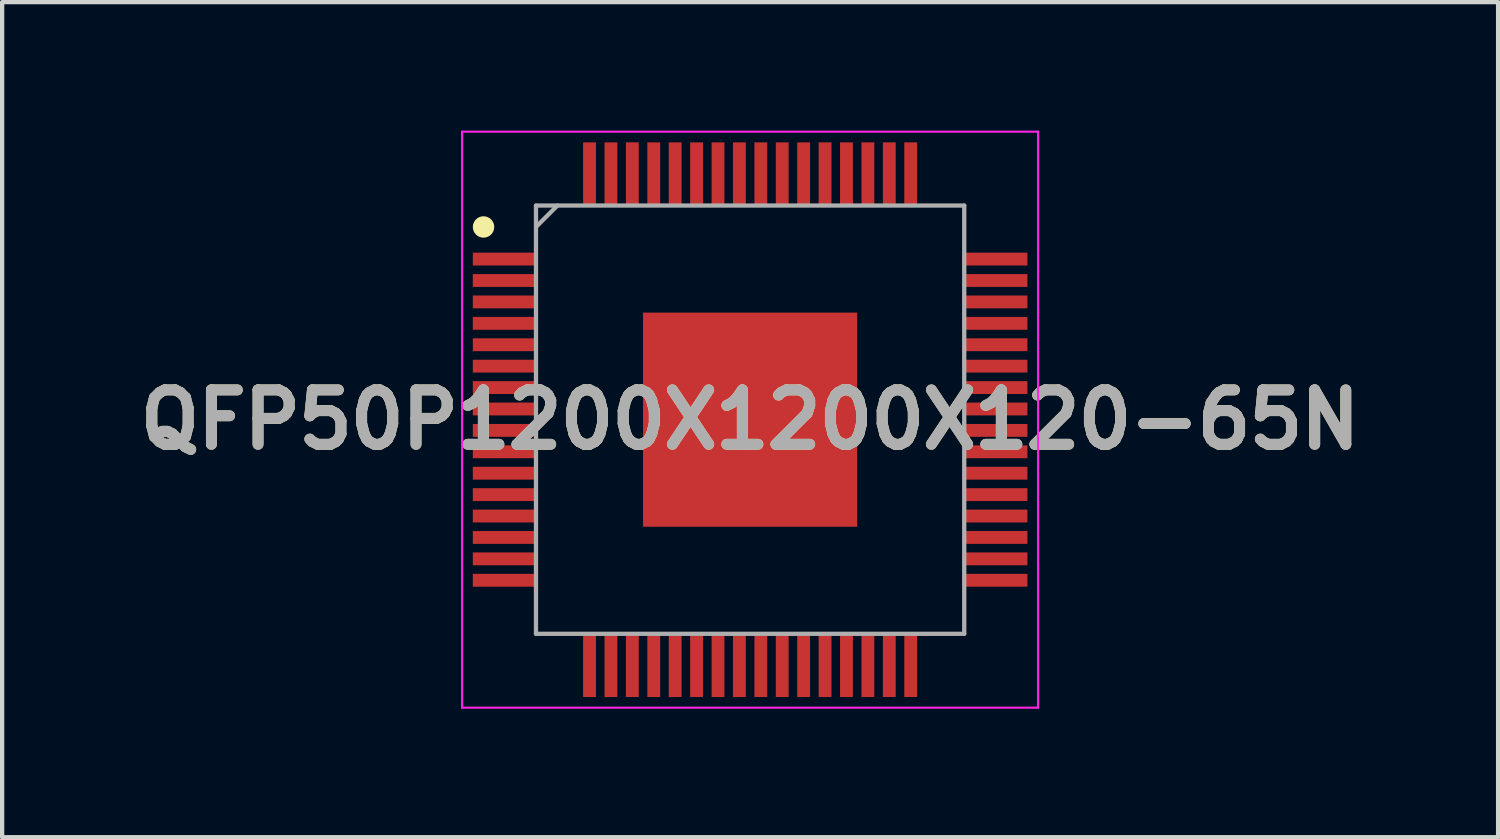
<source format=kicad_pcb>
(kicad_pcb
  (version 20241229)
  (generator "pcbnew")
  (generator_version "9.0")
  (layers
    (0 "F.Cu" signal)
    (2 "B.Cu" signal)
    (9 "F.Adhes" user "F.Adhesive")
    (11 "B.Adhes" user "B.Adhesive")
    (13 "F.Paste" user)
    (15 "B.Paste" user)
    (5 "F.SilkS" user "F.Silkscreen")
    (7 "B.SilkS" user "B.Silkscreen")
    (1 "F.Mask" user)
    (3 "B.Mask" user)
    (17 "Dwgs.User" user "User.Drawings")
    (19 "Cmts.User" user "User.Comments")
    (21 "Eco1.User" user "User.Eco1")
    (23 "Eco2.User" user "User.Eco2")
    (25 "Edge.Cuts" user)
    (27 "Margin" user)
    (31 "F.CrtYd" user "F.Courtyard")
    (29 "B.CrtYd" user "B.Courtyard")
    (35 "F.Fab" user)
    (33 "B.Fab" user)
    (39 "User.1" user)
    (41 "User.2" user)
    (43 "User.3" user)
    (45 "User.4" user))
  (footprint "QFP50P1200X1200X120-65N"
    (layer "F.Cu")
    (at 14.466 6.75)
    (property "Reference" "QFP50P1200X1200X120-65N" (at 0 0 0) (layer "F.SilkS") (effects (font (size 1.27 1.27) (thickness 0.254))))
    (attr smd)
    (fp_circle (center -6.225 -4.5) (end -6.225 -4.375) (stroke (width 0.25) (type solid)) (fill no) (layer "F.SilkS"))
    (fp_line (start -6.725 -6.725) (end 6.725 -6.725) (stroke (width 0.05) (type solid)) (layer "F.CrtYd"))
    (fp_line (start -6.725 6.725) (end -6.725 -6.725) (stroke (width 0.05) (type solid)) (layer "F.CrtYd"))
    (fp_line (start 6.725 -6.725) (end 6.725 6.725) (stroke (width 0.05) (type solid)) (layer "F.CrtYd"))
    (fp_line (start 6.725 6.725) (end -6.725 6.725) (stroke (width 0.05) (type solid)) (layer "F.CrtYd"))
    (fp_line (start -5 -5) (end 5 -5) (stroke (width 0.1) (type solid)) (layer "F.Fab"))
    (fp_line (start -5 -4.5) (end -4.5 -5) (stroke (width 0.1) (type solid)) (layer "F.Fab"))
    (fp_line (start -5 5) (end -5 -5) (stroke (width 0.1) (type solid)) (layer "F.Fab"))
    (fp_line (start 5 -5) (end 5 5) (stroke (width 0.1) (type solid)) (layer "F.Fab"))
    (fp_line (start 5 5) (end -5 5) (stroke (width 0.1) (type solid)) (layer "F.Fab"))
    (fp_text user "${REFERENCE}" (at 0 0 0) (layer "F.Fab") (effects (font (size 1.27 1.27) (thickness 0.254))))
    (pad "1" smd rect (at -5.738 -3.75 90) (size 0.3 1.475) (layers "F.Cu" "F.Mask" "F.Paste"))
    (pad "2" smd rect (at -5.738 -3.25 90) (size 0.3 1.475) (layers "F.Cu" "F.Mask" "F.Paste"))
    (pad "3" smd rect (at -5.738 -2.75 90) (size 0.3 1.475) (layers "F.Cu" "F.Mask" "F.Paste"))
    (pad "4" smd rect (at -5.738 -2.25 90) (size 0.3 1.475) (layers "F.Cu" "F.Mask" "F.Paste"))
    (pad "5" smd rect (at -5.738 -1.75 90) (size 0.3 1.475) (layers "F.Cu" "F.Mask" "F.Paste"))
    (pad "6" smd rect (at -5.738 -1.25 90) (size 0.3 1.475) (layers "F.Cu" "F.Mask" "F.Paste"))
    (pad "7" smd rect (at -5.738 -0.75 90) (size 0.3 1.475) (layers "F.Cu" "F.Mask" "F.Paste"))
    (pad "8" smd rect (at -5.738 -0.25 90) (size 0.3 1.475) (layers "F.Cu" "F.Mask" "F.Paste"))
    (pad "9" smd rect (at -5.738 0.25 90) (size 0.3 1.475) (layers "F.Cu" "F.Mask" "F.Paste"))
    (pad "10" smd rect (at -5.738 0.75 90) (size 0.3 1.475) (layers "F.Cu" "F.Mask" "F.Paste"))
    (pad "11" smd rect (at -5.738 1.25 90) (size 0.3 1.475) (layers "F.Cu" "F.Mask" "F.Paste"))
    (pad "12" smd rect (at -5.738 1.75 90) (size 0.3 1.475) (layers "F.Cu" "F.Mask" "F.Paste"))
    (pad "13" smd rect (at -5.738 2.25 90) (size 0.3 1.475) (layers "F.Cu" "F.Mask" "F.Paste"))
    (pad "14" smd rect (at -5.738 2.75 90) (size 0.3 1.475) (layers "F.Cu" "F.Mask" "F.Paste"))
    (pad "15" smd rect (at -5.738 3.25 90) (size 0.3 1.475) (layers "F.Cu" "F.Mask" "F.Paste"))
    (pad "16" smd rect (at -5.738 3.75 90) (size 0.3 1.475) (layers "F.Cu" "F.Mask" "F.Paste"))
    (pad "17" smd rect (at -3.75 5.738) (size 0.3 1.475) (layers "F.Cu" "F.Mask" "F.Paste"))
    (pad "18" smd rect (at -3.25 5.738) (size 0.3 1.475) (layers "F.Cu" "F.Mask" "F.Paste"))
    (pad "19" smd rect (at -2.75 5.738) (size 0.3 1.475) (layers "F.Cu" "F.Mask" "F.Paste"))
    (pad "20" smd rect (at -2.25 5.738) (size 0.3 1.475) (layers "F.Cu" "F.Mask" "F.Paste"))
    (pad "21" smd rect (at -1.75 5.738) (size 0.3 1.475) (layers "F.Cu" "F.Mask" "F.Paste"))
    (pad "22" smd rect (at -1.25 5.738) (size 0.3 1.475) (layers "F.Cu" "F.Mask" "F.Paste"))
    (pad "23" smd rect (at -0.75 5.738) (size 0.3 1.475) (layers "F.Cu" "F.Mask" "F.Paste"))
    (pad "24" smd rect (at -0.25 5.738) (size 0.3 1.475) (layers "F.Cu" "F.Mask" "F.Paste"))
    (pad "25" smd rect (at 0.25 5.738) (size 0.3 1.475) (layers "F.Cu" "F.Mask" "F.Paste"))
    (pad "26" smd rect (at 0.75 5.738) (size 0.3 1.475) (layers "F.Cu" "F.Mask" "F.Paste"))
    (pad "27" smd rect (at 1.25 5.738) (size 0.3 1.475) (layers "F.Cu" "F.Mask" "F.Paste"))
    (pad "28" smd rect (at 1.75 5.738) (size 0.3 1.475) (layers "F.Cu" "F.Mask" "F.Paste"))
    (pad "29" smd rect (at 2.25 5.738) (size 0.3 1.475) (layers "F.Cu" "F.Mask" "F.Paste"))
    (pad "30" smd rect (at 2.75 5.738) (size 0.3 1.475) (layers "F.Cu" "F.Mask" "F.Paste"))
    (pad "31" smd rect (at 3.25 5.738) (size 0.3 1.475) (layers "F.Cu" "F.Mask" "F.Paste"))
    (pad "32" smd rect (at 3.75 5.738) (size 0.3 1.475) (layers "F.Cu" "F.Mask" "F.Paste"))
    (pad "33" smd rect (at 5.738 3.75 90) (size 0.3 1.475) (layers "F.Cu" "F.Mask" "F.Paste"))
    (pad "34" smd rect (at 5.738 3.25 90) (size 0.3 1.475) (layers "F.Cu" "F.Mask" "F.Paste"))
    (pad "35" smd rect (at 5.738 2.75 90) (size 0.3 1.475) (layers "F.Cu" "F.Mask" "F.Paste"))
    (pad "36" smd rect (at 5.738 2.25 90) (size 0.3 1.475) (layers "F.Cu" "F.Mask" "F.Paste"))
    (pad "37" smd rect (at 5.738 1.75 90) (size 0.3 1.475) (layers "F.Cu" "F.Mask" "F.Paste"))
    (pad "38" smd rect (at 5.738 1.25 90) (size 0.3 1.475) (layers "F.Cu" "F.Mask" "F.Paste"))
    (pad "39" smd rect (at 5.738 0.75 90) (size 0.3 1.475) (layers "F.Cu" "F.Mask" "F.Paste"))
    (pad "40" smd rect (at 5.738 0.25 90) (size 0.3 1.475) (layers "F.Cu" "F.Mask" "F.Paste"))
    (pad "41" smd rect (at 5.738 -0.25 90) (size 0.3 1.475) (layers "F.Cu" "F.Mask" "F.Paste"))
    (pad "42" smd rect (at 5.738 -0.75 90) (size 0.3 1.475) (layers "F.Cu" "F.Mask" "F.Paste"))
    (pad "43" smd rect (at 5.738 -1.25 90) (size 0.3 1.475) (layers "F.Cu" "F.Mask" "F.Paste"))
    (pad "44" smd rect (at 5.738 -1.75 90) (size 0.3 1.475) (layers "F.Cu" "F.Mask" "F.Paste"))
    (pad "45" smd rect (at 5.738 -2.25 90) (size 0.3 1.475) (layers "F.Cu" "F.Mask" "F.Paste"))
    (pad "46" smd rect (at 5.738 -2.75 90) (size 0.3 1.475) (layers "F.Cu" "F.Mask" "F.Paste"))
    (pad "47" smd rect (at 5.738 -3.25 90) (size 0.3 1.475) (layers "F.Cu" "F.Mask" "F.Paste"))
    (pad "48" smd rect (at 5.738 -3.75 90) (size 0.3 1.475) (layers "F.Cu" "F.Mask" "F.Paste"))
    (pad "49" smd rect (at 3.75 -5.738) (size 0.3 1.475) (layers "F.Cu" "F.Mask" "F.Paste"))
    (pad "50" smd rect (at 3.25 -5.738) (size 0.3 1.475) (layers "F.Cu" "F.Mask" "F.Paste"))
    (pad "51" smd rect (at 2.75 -5.738) (size 0.3 1.475) (layers "F.Cu" "F.Mask" "F.Paste"))
    (pad "52" smd rect (at 2.25 -5.738) (size 0.3 1.475) (layers "F.Cu" "F.Mask" "F.Paste"))
    (pad "53" smd rect (at 1.75 -5.738) (size 0.3 1.475) (layers "F.Cu" "F.Mask" "F.Paste"))
    (pad "54" smd rect (at 1.25 -5.738) (size 0.3 1.475) (layers "F.Cu" "F.Mask" "F.Paste"))
    (pad "55" smd rect (at 0.75 -5.738) (size 0.3 1.475) (layers "F.Cu" "F.Mask" "F.Paste"))
    (pad "56" smd rect (at 0.25 -5.738) (size 0.3 1.475) (layers "F.Cu" "F.Mask" "F.Paste"))
    (pad "57" smd rect (at -0.25 -5.738) (size 0.3 1.475) (layers "F.Cu" "F.Mask" "F.Paste"))
    (pad "58" smd rect (at -0.75 -5.738) (size 0.3 1.475) (layers "F.Cu" "F.Mask" "F.Paste"))
    (pad "59" smd rect (at -1.25 -5.738) (size 0.3 1.475) (layers "F.Cu" "F.Mask" "F.Paste"))
    (pad "60" smd rect (at -1.75 -5.738) (size 0.3 1.475) (layers "F.Cu" "F.Mask" "F.Paste"))
    (pad "61" smd rect (at -2.25 -5.738) (size 0.3 1.475) (layers "F.Cu" "F.Mask" "F.Paste"))
    (pad "62" smd rect (at -2.75 -5.738) (size 0.3 1.475) (layers "F.Cu" "F.Mask" "F.Paste"))
    (pad "63" smd rect (at -3.25 -5.738) (size 0.3 1.475) (layers "F.Cu" "F.Mask" "F.Paste"))
    (pad "64" smd rect (at -3.75 -5.738) (size 0.3 1.475) (layers "F.Cu" "F.Mask" "F.Paste"))
    (pad "65" smd rect (at 0 0) (size 5 5) (layers "F.Cu" "F.Mask" "F.Paste")))
  (gr_rect
    (start -3 -3)
    (end 31.932 16.5)
    (stroke (width 0.1) (type default))
    (fill no)
    (layer "Edge.Cuts")))
</source>
